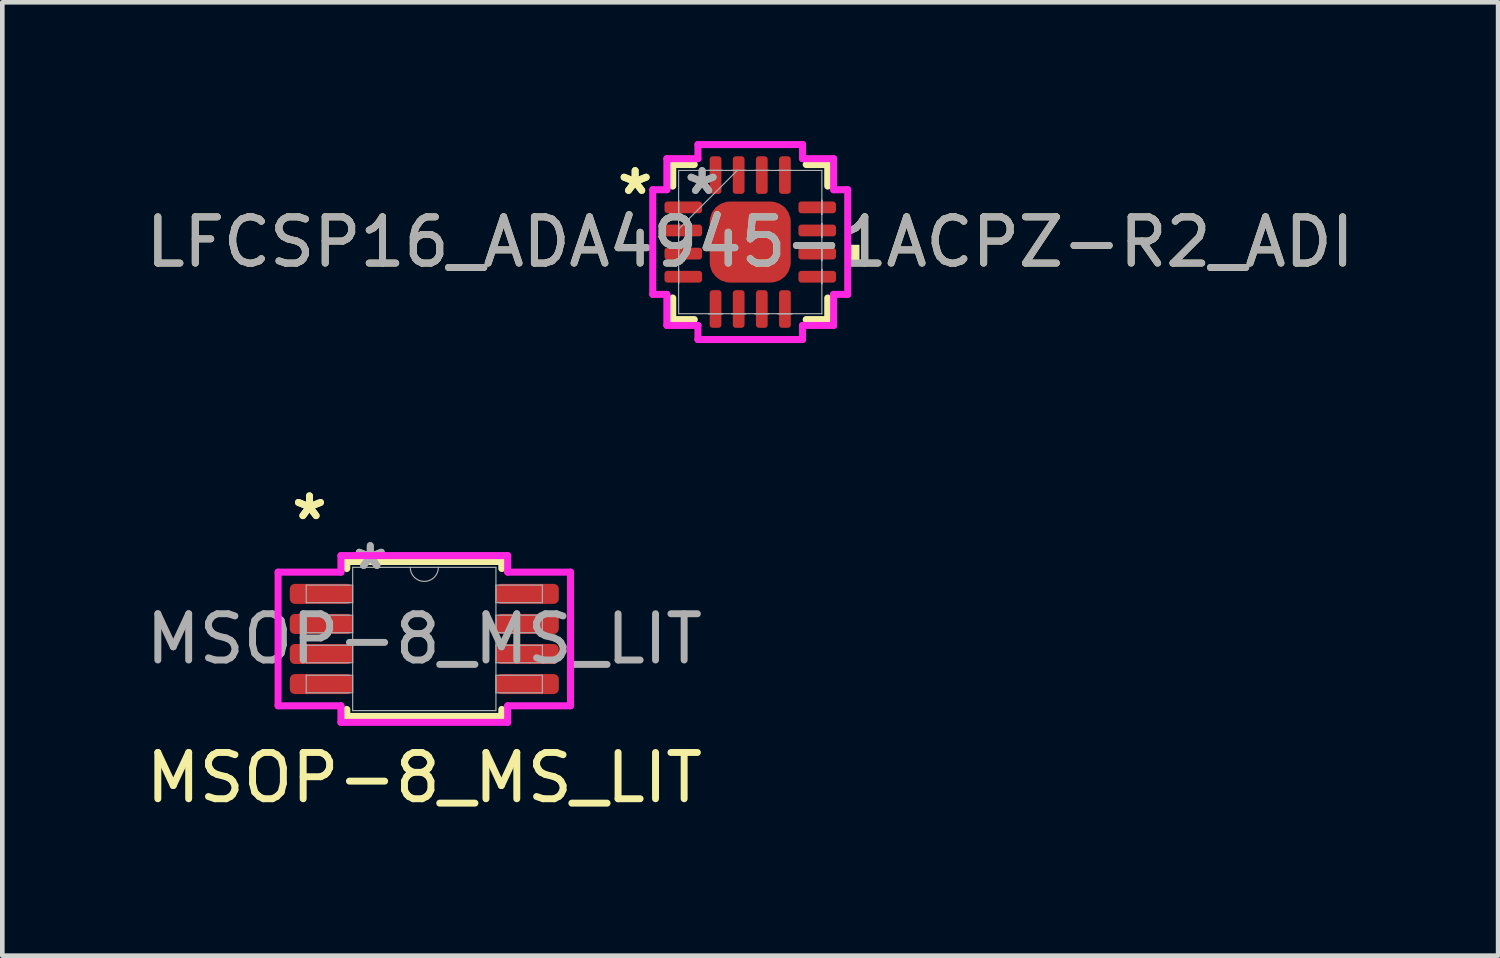
<source format=kicad_pcb>
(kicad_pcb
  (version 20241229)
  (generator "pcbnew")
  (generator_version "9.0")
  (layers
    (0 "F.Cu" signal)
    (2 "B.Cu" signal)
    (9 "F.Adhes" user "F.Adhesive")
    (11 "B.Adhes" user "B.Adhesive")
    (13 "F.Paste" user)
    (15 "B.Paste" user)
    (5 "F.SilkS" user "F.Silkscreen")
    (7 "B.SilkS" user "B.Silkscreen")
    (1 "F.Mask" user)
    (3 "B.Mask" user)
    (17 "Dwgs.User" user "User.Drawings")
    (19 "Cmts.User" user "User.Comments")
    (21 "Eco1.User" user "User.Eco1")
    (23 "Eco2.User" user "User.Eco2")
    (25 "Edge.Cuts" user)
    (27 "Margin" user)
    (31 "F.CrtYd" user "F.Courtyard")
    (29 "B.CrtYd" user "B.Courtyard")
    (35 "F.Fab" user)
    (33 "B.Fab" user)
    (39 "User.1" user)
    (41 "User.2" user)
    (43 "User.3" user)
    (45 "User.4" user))
  (footprint "LFCSP16_ADA4945-1ACPZ-R2_ADI"
    (layer "F.Cu")
    (at 13.173 2.184)
    (property "Reference" "LFCSP16_ADA4945-1ACPZ-R2_ADI" (at 0 0 0) (unlocked yes) (layer "F.SilkS") (effects (font (size 1 1) (thickness 0.15))))
    (attr smd)
    (fp_line (start -1.676 -1.676) (end -1.676 -1.21) (stroke (width 0.152) (type solid)) (layer "F.SilkS"))
    (fp_line (start -1.676 1.21) (end -1.676 1.676) (stroke (width 0.152) (type solid)) (layer "F.SilkS"))
    (fp_line (start -1.676 1.676) (end -1.21 1.676) (stroke (width 0.152) (type solid)) (layer "F.SilkS"))
    (fp_line (start -1.21 -1.676) (end -1.676 -1.676) (stroke (width 0.152) (type solid)) (layer "F.SilkS"))
    (fp_line (start 1.21 1.676) (end 1.676 1.676) (stroke (width 0.152) (type solid)) (layer "F.SilkS"))
    (fp_line (start 1.676 -1.676) (end 1.21 -1.676) (stroke (width 0.152) (type solid)) (layer "F.SilkS"))
    (fp_line (start 1.676 -1.21) (end 1.676 -1.676) (stroke (width 0.152) (type solid)) (layer "F.SilkS"))
    (fp_line (start 1.676 1.676) (end 1.676 1.21) (stroke (width 0.152) (type solid)) (layer "F.SilkS"))
    (fp_poly (pts (xy 2.362 0.059) (xy 2.362 0.441) (xy 2.108 0.441) (xy 2.108 0.059)) (stroke (width 0) (type solid)) (fill yes) (layer "F.SilkS"))
    (fp_line (start -2.108 -1.131) (end -1.803 -1.131) (stroke (width 0.152) (type solid)) (layer "F.CrtYd"))
    (fp_line (start -2.108 1.131) (end -2.108 -1.131) (stroke (width 0.152) (type solid)) (layer "F.CrtYd"))
    (fp_line (start -1.803 -1.803) (end -1.131 -1.803) (stroke (width 0.152) (type solid)) (layer "F.CrtYd"))
    (fp_line (start -1.803 -1.131) (end -1.803 -1.803) (stroke (width 0.152) (type solid)) (layer "F.CrtYd"))
    (fp_line (start -1.803 1.131) (end -2.108 1.131) (stroke (width 0.152) (type solid)) (layer "F.CrtYd"))
    (fp_line (start -1.803 1.803) (end -1.803 1.131) (stroke (width 0.152) (type solid)) (layer "F.CrtYd"))
    (fp_line (start -1.131 -2.108) (end 1.131 -2.108) (stroke (width 0.152) (type solid)) (layer "F.CrtYd"))
    (fp_line (start -1.131 -1.803) (end -1.131 -2.108) (stroke (width 0.152) (type solid)) (layer "F.CrtYd"))
    (fp_line (start -1.131 1.803) (end -1.803 1.803) (stroke (width 0.152) (type solid)) (layer "F.CrtYd"))
    (fp_line (start -1.131 2.108) (end -1.131 1.803) (stroke (width 0.152) (type solid)) (layer "F.CrtYd"))
    (fp_line (start 1.131 -2.108) (end 1.131 -1.803) (stroke (width 0.152) (type solid)) (layer "F.CrtYd"))
    (fp_line (start 1.131 -1.803) (end 1.803 -1.803) (stroke (width 0.152) (type solid)) (layer "F.CrtYd"))
    (fp_line (start 1.131 1.803) (end 1.131 2.108) (stroke (width 0.152) (type solid)) (layer "F.CrtYd"))
    (fp_line (start 1.131 2.108) (end -1.131 2.108) (stroke (width 0.152) (type solid)) (layer "F.CrtYd"))
    (fp_line (start 1.803 -1.803) (end 1.803 -1.131) (stroke (width 0.152) (type solid)) (layer "F.CrtYd"))
    (fp_line (start 1.803 -1.131) (end 2.108 -1.131) (stroke (width 0.152) (type solid)) (layer "F.CrtYd"))
    (fp_line (start 1.803 1.131) (end 1.803 1.803) (stroke (width 0.152) (type solid)) (layer "F.CrtYd"))
    (fp_line (start 1.803 1.803) (end 1.131 1.803) (stroke (width 0.152) (type solid)) (layer "F.CrtYd"))
    (fp_line (start 2.108 -1.131) (end 2.108 1.131) (stroke (width 0.152) (type solid)) (layer "F.CrtYd"))
    (fp_line (start 2.108 1.131) (end 1.803 1.131) (stroke (width 0.152) (type solid)) (layer "F.CrtYd"))
    (fp_line (start -1.549 -1.549) (end -1.549 -1.549) (stroke (width 0.025) (type solid)) (layer "F.Fab"))
    (fp_line (start -1.549 -1.549) (end -1.549 1.549) (stroke (width 0.025) (type solid)) (layer "F.Fab"))
    (fp_line (start -1.549 -0.902) (end -1.549 -0.902) (stroke (width 0.025) (type solid)) (layer "F.Fab"))
    (fp_line (start -1.549 -0.902) (end -1.549 -0.598) (stroke (width 0.025) (type solid)) (layer "F.Fab"))
    (fp_line (start -1.549 -0.598) (end -1.549 -0.902) (stroke (width 0.025) (type solid)) (layer "F.Fab"))
    (fp_line (start -1.549 -0.598) (end -1.549 -0.598) (stroke (width 0.025) (type solid)) (layer "F.Fab"))
    (fp_line (start -1.549 -0.402) (end -1.549 -0.402) (stroke (width 0.025) (type solid)) (layer "F.Fab"))
    (fp_line (start -1.549 -0.402) (end -1.549 -0.098) (stroke (width 0.025) (type solid)) (layer "F.Fab"))
    (fp_line (start -1.549 -0.279) (end -0.279 -1.549) (stroke (width 0.025) (type solid)) (layer "F.Fab"))
    (fp_line (start -1.549 -0.098) (end -1.549 -0.402) (stroke (width 0.025) (type solid)) (layer "F.Fab"))
    (fp_line (start -1.549 -0.098) (end -1.549 -0.098) (stroke (width 0.025) (type solid)) (layer "F.Fab"))
    (fp_line (start -1.549 0.098) (end -1.549 0.098) (stroke (width 0.025) (type solid)) (layer "F.Fab"))
    (fp_line (start -1.549 0.098) (end -1.549 0.402) (stroke (width 0.025) (type solid)) (layer "F.Fab"))
    (fp_line (start -1.549 0.402) (end -1.549 0.098) (stroke (width 0.025) (type solid)) (layer "F.Fab"))
    (fp_line (start -1.549 0.402) (end -1.549 0.402) (stroke (width 0.025) (type solid)) (layer "F.Fab"))
    (fp_line (start -1.549 0.598) (end -1.549 0.598) (stroke (width 0.025) (type solid)) (layer "F.Fab"))
    (fp_line (start -1.549 0.598) (end -1.549 0.902) (stroke (width 0.025) (type solid)) (layer "F.Fab"))
    (fp_line (start -1.549 0.902) (end -1.549 0.598) (stroke (width 0.025) (type solid)) (layer "F.Fab"))
    (fp_line (start -1.549 0.902) (end -1.549 0.902) (stroke (width 0.025) (type solid)) (layer "F.Fab"))
    (fp_line (start -1.549 1.549) (end -1.549 1.549) (stroke (width 0.025) (type solid)) (layer "F.Fab"))
    (fp_line (start -1.549 1.549) (end 1.549 1.549) (stroke (width 0.025) (type solid)) (layer "F.Fab"))
    (fp_line (start -0.902 -1.549) (end -0.902 -1.549) (stroke (width 0.025) (type solid)) (layer "F.Fab"))
    (fp_line (start -0.902 -1.549) (end -0.598 -1.549) (stroke (width 0.025) (type solid)) (layer "F.Fab"))
    (fp_line (start -0.902 1.549) (end -0.902 1.549) (stroke (width 0.025) (type solid)) (layer "F.Fab"))
    (fp_line (start -0.902 1.549) (end -0.598 1.549) (stroke (width 0.025) (type solid)) (layer "F.Fab"))
    (fp_line (start -0.598 -1.549) (end -0.902 -1.549) (stroke (width 0.025) (type solid)) (layer "F.Fab"))
    (fp_line (start -0.598 -1.549) (end -0.598 -1.549) (stroke (width 0.025) (type solid)) (layer "F.Fab"))
    (fp_line (start -0.598 1.549) (end -0.902 1.549) (stroke (width 0.025) (type solid)) (layer "F.Fab"))
    (fp_line (start -0.598 1.549) (end -0.598 1.549) (stroke (width 0.025) (type solid)) (layer "F.Fab"))
    (fp_line (start -0.402 -1.549) (end -0.402 -1.549) (stroke (width 0.025) (type solid)) (layer "F.Fab"))
    (fp_line (start -0.402 -1.549) (end -0.098 -1.549) (stroke (width 0.025) (type solid)) (layer "F.Fab"))
    (fp_line (start -0.402 1.549) (end -0.402 1.549) (stroke (width 0.025) (type solid)) (layer "F.Fab"))
    (fp_line (start -0.402 1.549) (end -0.098 1.549) (stroke (width 0.025) (type solid)) (layer "F.Fab"))
    (fp_line (start -0.098 -1.549) (end -0.402 -1.549) (stroke (width 0.025) (type solid)) (layer "F.Fab"))
    (fp_line (start -0.098 -1.549) (end -0.098 -1.549) (stroke (width 0.025) (type solid)) (layer "F.Fab"))
    (fp_line (start -0.098 1.549) (end -0.402 1.549) (stroke (width 0.025) (type solid)) (layer "F.Fab"))
    (fp_line (start -0.098 1.549) (end -0.098 1.549) (stroke (width 0.025) (type solid)) (layer "F.Fab"))
    (fp_line (start 0.098 -1.549) (end 0.098 -1.549) (stroke (width 0.025) (type solid)) (layer "F.Fab"))
    (fp_line (start 0.098 -1.549) (end 0.402 -1.549) (stroke (width 0.025) (type solid)) (layer "F.Fab"))
    (fp_line (start 0.098 1.549) (end 0.098 1.549) (stroke (width 0.025) (type solid)) (layer "F.Fab"))
    (fp_line (start 0.098 1.549) (end 0.402 1.549) (stroke (width 0.025) (type solid)) (layer "F.Fab"))
    (fp_line (start 0.402 -1.549) (end 0.098 -1.549) (stroke (width 0.025) (type solid)) (layer "F.Fab"))
    (fp_line (start 0.402 -1.549) (end 0.402 -1.549) (stroke (width 0.025) (type solid)) (layer "F.Fab"))
    (fp_line (start 0.402 1.549) (end 0.098 1.549) (stroke (width 0.025) (type solid)) (layer "F.Fab"))
    (fp_line (start 0.402 1.549) (end 0.402 1.549) (stroke (width 0.025) (type solid)) (layer "F.Fab"))
    (fp_line (start 0.598 -1.549) (end 0.598 -1.549) (stroke (width 0.025) (type solid)) (layer "F.Fab"))
    (fp_line (start 0.598 -1.549) (end 0.902 -1.549) (stroke (width 0.025) (type solid)) (layer "F.Fab"))
    (fp_line (start 0.598 1.549) (end 0.598 1.549) (stroke (width 0.025) (type solid)) (layer "F.Fab"))
    (fp_line (start 0.598 1.549) (end 0.902 1.549) (stroke (width 0.025) (type solid)) (layer "F.Fab"))
    (fp_line (start 0.902 -1.549) (end 0.598 -1.549) (stroke (width 0.025) (type solid)) (layer "F.Fab"))
    (fp_line (start 0.902 -1.549) (end 0.902 -1.549) (stroke (width 0.025) (type solid)) (layer "F.Fab"))
    (fp_line (start 0.902 1.549) (end 0.598 1.549) (stroke (width 0.025) (type solid)) (layer "F.Fab"))
    (fp_line (start 0.902 1.549) (end 0.902 1.549) (stroke (width 0.025) (type solid)) (layer "F.Fab"))
    (fp_line (start 1.549 -1.549) (end -1.549 -1.549) (stroke (width 0.025) (type solid)) (layer "F.Fab"))
    (fp_line (start 1.549 -1.549) (end 1.549 -1.549) (stroke (width 0.025) (type solid)) (layer "F.Fab"))
    (fp_line (start 1.549 -0.902) (end 1.549 -0.902) (stroke (width 0.025) (type solid)) (layer "F.Fab"))
    (fp_line (start 1.549 -0.902) (end 1.549 -0.598) (stroke (width 0.025) (type solid)) (layer "F.Fab"))
    (fp_line (start 1.549 -0.598) (end 1.549 -0.902) (stroke (width 0.025) (type solid)) (layer "F.Fab"))
    (fp_line (start 1.549 -0.598) (end 1.549 -0.598) (stroke (width 0.025) (type solid)) (layer "F.Fab"))
    (fp_line (start 1.549 -0.402) (end 1.549 -0.402) (stroke (width 0.025) (type solid)) (layer "F.Fab"))
    (fp_line (start 1.549 -0.402) (end 1.549 -0.098) (stroke (width 0.025) (type solid)) (layer "F.Fab"))
    (fp_line (start 1.549 -0.098) (end 1.549 -0.402) (stroke (width 0.025) (type solid)) (layer "F.Fab"))
    (fp_line (start 1.549 -0.098) (end 1.549 -0.098) (stroke (width 0.025) (type solid)) (layer "F.Fab"))
    (fp_line (start 1.549 0.098) (end 1.549 0.098) (stroke (width 0.025) (type solid)) (layer "F.Fab"))
    (fp_line (start 1.549 0.098) (end 1.549 0.402) (stroke (width 0.025) (type solid)) (layer "F.Fab"))
    (fp_line (start 1.549 0.402) (end 1.549 0.098) (stroke (width 0.025) (type solid)) (layer "F.Fab"))
    (fp_line (start 1.549 0.402) (end 1.549 0.402) (stroke (width 0.025) (type solid)) (layer "F.Fab"))
    (fp_line (start 1.549 0.598) (end 1.549 0.598) (stroke (width 0.025) (type solid)) (layer "F.Fab"))
    (fp_line (start 1.549 0.598) (end 1.549 0.902) (stroke (width 0.025) (type solid)) (layer "F.Fab"))
    (fp_line (start 1.549 0.902) (end 1.549 0.598) (stroke (width 0.025) (type solid)) (layer "F.Fab"))
    (fp_line (start 1.549 0.902) (end 1.549 0.902) (stroke (width 0.025) (type solid)) (layer "F.Fab"))
    (fp_line (start 1.549 1.549) (end 1.549 -1.549) (stroke (width 0.025) (type solid)) (layer "F.Fab"))
    (fp_line (start 1.549 1.549) (end 1.549 1.549) (stroke (width 0.025) (type solid)) (layer "F.Fab"))
    (fp_text user "*" (at -2.489 -1 0) (layer "F.SilkS") (effects (font (size 1 1) (thickness 0.15))))
    (fp_text user "*" (at -2.489 -1 0) (unlocked yes) (layer "F.SilkS") (effects (font (size 1 1) (thickness 0.15))))
    (fp_text user "${REFERENCE}" (at 0 0 0) (unlocked yes) (layer "F.Fab") (effects (font (size 1 1) (thickness 0.15))))
    (fp_text user "*" (at -1.041 -1 0) (layer "F.Fab") (effects (font (size 1 1) (thickness 0.15))))
    (fp_text user "*" (at -1.041 -1 0) (unlocked yes) (layer "F.Fab") (effects (font (size 1 1) (thickness 0.15))))
    (pad "1" smd roundrect (at -1.448 -0.75 90) (size 0.254 0.813) (layers "F.Cu" "F.Mask" "F.Paste") (roundrect_rratio 0.25))
    (pad "2" smd roundrect (at -1.448 -0.25 90) (size 0.254 0.813) (layers "F.Cu" "F.Mask" "F.Paste") (roundrect_rratio 0.25))
    (pad "3" smd roundrect (at -1.448 0.25 90) (size 0.254 0.813) (layers "F.Cu" "F.Mask" "F.Paste") (roundrect_rratio 0.25))
    (pad "4" smd roundrect (at -1.448 0.75 90) (size 0.254 0.813) (layers "F.Cu" "F.Mask" "F.Paste") (roundrect_rratio 0.25))
    (pad "5" smd roundrect (at -0.75 1.448) (size 0.254 0.813) (layers "F.Cu" "F.Mask" "F.Paste") (roundrect_rratio 0.25))
    (pad "6" smd roundrect (at -0.25 1.448) (size 0.254 0.813) (layers "F.Cu" "F.Mask" "F.Paste") (roundrect_rratio 0.25))
    (pad "7" smd roundrect (at 0.25 1.448) (size 0.254 0.813) (layers "F.Cu" "F.Mask" "F.Paste") (roundrect_rratio 0.25))
    (pad "8" smd roundrect (at 0.75 1.448) (size 0.254 0.813) (layers "F.Cu" "F.Mask" "F.Paste") (roundrect_rratio 0.25))
    (pad "9" smd roundrect (at 1.448 0.75 90) (size 0.254 0.813) (layers "F.Cu" "F.Mask" "F.Paste") (roundrect_rratio 0.25))
    (pad "10" smd roundrect (at 1.448 0.25 90) (size 0.254 0.813) (layers "F.Cu" "F.Mask" "F.Paste") (roundrect_rratio 0.25))
    (pad "11" smd roundrect (at 1.448 -0.25 90) (size 0.254 0.813) (layers "F.Cu" "F.Mask" "F.Paste") (roundrect_rratio 0.25))
    (pad "12" smd roundrect (at 1.448 -0.75 90) (size 0.254 0.813) (layers "F.Cu" "F.Mask" "F.Paste") (roundrect_rratio 0.25))
    (pad "13" smd roundrect (at 0.75 -1.448) (size 0.254 0.813) (layers "F.Cu" "F.Mask" "F.Paste") (roundrect_rratio 0.25))
    (pad "14" smd roundrect (at 0.25 -1.448) (size 0.254 0.813) (layers "F.Cu" "F.Mask" "F.Paste") (roundrect_rratio 0.25))
    (pad "15" smd roundrect (at -0.25 -1.448) (size 0.254 0.813) (layers "F.Cu" "F.Mask" "F.Paste") (roundrect_rratio 0.25))
    (pad "16" smd roundrect (at -0.75 -1.448) (size 0.254 0.813) (layers "F.Cu" "F.Mask" "F.Paste") (roundrect_rratio 0.25))
    (pad "17" smd roundrect (at 0 0) (size 1.753 1.753) (layers "F.Cu" "F.Mask" "F.Paste") (roundrect_rratio 0.25)))
  (footprint "MSOP-8_MS_LIT"
    (layer "F.Cu")
    (at 6.125 10.767)
    (property "Reference" "MSOP-8_MS_LIT" (at 0 3 0) (layer "F.SilkS") (effects (font (size 1 1) (thickness 0.15))))
    (attr smd)
    (fp_line (start -1.676 -1.676) (end -1.676 -1.524) (stroke (width 0.152) (type solid)) (layer "F.SilkS"))
    (fp_line (start -1.676 1.524) (end -1.676 1.676) (stroke (width 0.152) (type solid)) (layer "F.SilkS"))
    (fp_line (start -1.676 1.676) (end 1.676 1.676) (stroke (width 0.152) (type solid)) (layer "F.SilkS"))
    (fp_line (start 1.676 -1.676) (end -1.676 -1.676) (stroke (width 0.152) (type solid)) (layer "F.SilkS"))
    (fp_line (start 1.676 -1.524) (end 1.676 -1.676) (stroke (width 0.152) (type solid)) (layer "F.SilkS"))
    (fp_line (start 1.676 1.676) (end 1.676 1.524) (stroke (width 0.152) (type solid)) (layer "F.SilkS"))
    (fp_line (start -3.162 -1.445) (end -1.803 -1.445) (stroke (width 0.152) (type solid)) (layer "F.CrtYd"))
    (fp_line (start -3.162 1.445) (end -3.162 -1.445) (stroke (width 0.152) (type solid)) (layer "F.CrtYd"))
    (fp_line (start -3.162 1.445) (end -1.803 1.445) (stroke (width 0.152) (type solid)) (layer "F.CrtYd"))
    (fp_line (start -1.803 -1.803) (end 1.803 -1.803) (stroke (width 0.152) (type solid)) (layer "F.CrtYd"))
    (fp_line (start -1.803 -1.445) (end -1.803 -1.803) (stroke (width 0.152) (type solid)) (layer "F.CrtYd"))
    (fp_line (start -1.803 1.803) (end -1.803 1.445) (stroke (width 0.152) (type solid)) (layer "F.CrtYd"))
    (fp_line (start 1.803 -1.803) (end 1.803 -1.445) (stroke (width 0.152) (type solid)) (layer "F.CrtYd"))
    (fp_line (start 1.803 1.445) (end 1.803 1.803) (stroke (width 0.152) (type solid)) (layer "F.CrtYd"))
    (fp_line (start 1.803 1.803) (end -1.803 1.803) (stroke (width 0.152) (type solid)) (layer "F.CrtYd"))
    (fp_line (start 3.162 -1.445) (end 1.803 -1.445) (stroke (width 0.152) (type solid)) (layer "F.CrtYd"))
    (fp_line (start 3.162 -1.445) (end 3.162 1.445) (stroke (width 0.152) (type solid)) (layer "F.CrtYd"))
    (fp_line (start 3.162 1.445) (end 1.803 1.445) (stroke (width 0.152) (type solid)) (layer "F.CrtYd"))
    (fp_line (start -2.553 -1.165) (end -2.553 -0.784) (stroke (width 0.025) (type solid)) (layer "F.Fab"))
    (fp_line (start -2.553 -0.784) (end -1.549 -0.784) (stroke (width 0.025) (type solid)) (layer "F.Fab"))
    (fp_line (start -2.553 -0.515) (end -2.553 -0.135) (stroke (width 0.025) (type solid)) (layer "F.Fab"))
    (fp_line (start -2.553 -0.135) (end -1.549 -0.135) (stroke (width 0.025) (type solid)) (layer "F.Fab"))
    (fp_line (start -2.553 0.135) (end -2.553 0.515) (stroke (width 0.025) (type solid)) (layer "F.Fab"))
    (fp_line (start -2.553 0.515) (end -1.549 0.515) (stroke (width 0.025) (type solid)) (layer "F.Fab"))
    (fp_line (start -2.553 0.784) (end -2.553 1.165) (stroke (width 0.025) (type solid)) (layer "F.Fab"))
    (fp_line (start -2.553 1.165) (end -1.549 1.165) (stroke (width 0.025) (type solid)) (layer "F.Fab"))
    (fp_line (start -1.549 -1.549) (end -1.549 1.549) (stroke (width 0.025) (type solid)) (layer "F.Fab"))
    (fp_line (start -1.549 -1.165) (end -2.553 -1.165) (stroke (width 0.025) (type solid)) (layer "F.Fab"))
    (fp_line (start -1.549 -0.784) (end -1.549 -1.165) (stroke (width 0.025) (type solid)) (layer "F.Fab"))
    (fp_line (start -1.549 -0.515) (end -2.553 -0.515) (stroke (width 0.025) (type solid)) (layer "F.Fab"))
    (fp_line (start -1.549 -0.135) (end -1.549 -0.515) (stroke (width 0.025) (type solid)) (layer "F.Fab"))
    (fp_line (start -1.549 0.135) (end -2.553 0.135) (stroke (width 0.025) (type solid)) (layer "F.Fab"))
    (fp_line (start -1.549 0.515) (end -1.549 0.135) (stroke (width 0.025) (type solid)) (layer "F.Fab"))
    (fp_line (start -1.549 0.784) (end -2.553 0.784) (stroke (width 0.025) (type solid)) (layer "F.Fab"))
    (fp_line (start -1.549 1.165) (end -1.549 0.784) (stroke (width 0.025) (type solid)) (layer "F.Fab"))
    (fp_line (start -1.549 1.549) (end 1.549 1.549) (stroke (width 0.025) (type solid)) (layer "F.Fab"))
    (fp_line (start 1.549 -1.549) (end -1.549 -1.549) (stroke (width 0.025) (type solid)) (layer "F.Fab"))
    (fp_line (start 1.549 -1.165) (end 1.549 -0.784) (stroke (width 0.025) (type solid)) (layer "F.Fab"))
    (fp_line (start 1.549 -0.784) (end 2.553 -0.784) (stroke (width 0.025) (type solid)) (layer "F.Fab"))
    (fp_line (start 1.549 -0.515) (end 1.549 -0.135) (stroke (width 0.025) (type solid)) (layer "F.Fab"))
    (fp_line (start 1.549 -0.135) (end 2.553 -0.135) (stroke (width 0.025) (type solid)) (layer "F.Fab"))
    (fp_line (start 1.549 0.135) (end 1.549 0.515) (stroke (width 0.025) (type solid)) (layer "F.Fab"))
    (fp_line (start 1.549 0.515) (end 2.553 0.515) (stroke (width 0.025) (type solid)) (layer "F.Fab"))
    (fp_line (start 1.549 0.784) (end 1.549 1.165) (stroke (width 0.025) (type solid)) (layer "F.Fab"))
    (fp_line (start 1.549 1.165) (end 2.553 1.165) (stroke (width 0.025) (type solid)) (layer "F.Fab"))
    (fp_line (start 1.549 1.549) (end 1.549 -1.549) (stroke (width 0.025) (type solid)) (layer "F.Fab"))
    (fp_line (start 2.553 -1.165) (end 1.549 -1.165) (stroke (width 0.025) (type solid)) (layer "F.Fab"))
    (fp_line (start 2.553 -0.784) (end 2.553 -1.165) (stroke (width 0.025) (type solid)) (layer "F.Fab"))
    (fp_line (start 2.553 -0.515) (end 1.549 -0.515) (stroke (width 0.025) (type solid)) (layer "F.Fab"))
    (fp_line (start 2.553 -0.135) (end 2.553 -0.515) (stroke (width 0.025) (type solid)) (layer "F.Fab"))
    (fp_line (start 2.553 0.135) (end 1.549 0.135) (stroke (width 0.025) (type solid)) (layer "F.Fab"))
    (fp_line (start 2.553 0.515) (end 2.553 0.135) (stroke (width 0.025) (type solid)) (layer "F.Fab"))
    (fp_line (start 2.553 0.784) (end 1.549 0.784) (stroke (width 0.025) (type solid)) (layer "F.Fab"))
    (fp_line (start 2.553 1.165) (end 2.553 0.784) (stroke (width 0.025) (type solid)) (layer "F.Fab"))
    (fp_arc (start 0.3048 -1.5494) (mid 0 -1.2446) (end -0.3048 -1.5494) (stroke (width 0.0254) (type solid)) (layer "F.Fab"))
    (fp_text user "*" (at -2.483 -2.55 0) (unlocked yes) (layer "F.SilkS") (effects (font (size 1 1) (thickness 0.15))))
    (fp_text user "*" (at -2.483 -2.55 0) (layer "F.SilkS") (effects (font (size 1 1) (thickness 0.15))))
    (fp_text user "${REFERENCE}" (at 0 0 0) (unlocked yes) (layer "F.Fab") (effects (font (size 1 1) (thickness 0.15))))
    (fp_text user "*" (at -1.168 -1.473 0) (layer "F.Fab") (effects (font (size 1 1) (thickness 0.15))))
    (fp_text user "*" (at -1.168 -1.473 0) (unlocked yes) (layer "F.Fab") (effects (font (size 1 1) (thickness 0.15))))
    (pad "1" smd roundrect (at -2.229 -0.975) (size 1.359 0.432) (layers "F.Cu" "F.Mask" "F.Paste") (roundrect_rratio 0.25))
    (pad "2" smd roundrect (at -2.229 -0.325) (size 1.359 0.432) (layers "F.Cu" "F.Mask" "F.Paste") (roundrect_rratio 0.25))
    (pad "3" smd roundrect (at -2.229 0.325) (size 1.359 0.432) (layers "F.Cu" "F.Mask" "F.Paste") (roundrect_rratio 0.25))
    (pad "4" smd roundrect (at -2.229 0.975) (size 1.359 0.432) (layers "F.Cu" "F.Mask" "F.Paste") (roundrect_rratio 0.25))
    (pad "5" smd roundrect (at 2.229 0.975) (size 1.359 0.432) (layers "F.Cu" "F.Mask" "F.Paste") (roundrect_rratio 0.25))
    (pad "6" smd roundrect (at 2.229 0.325) (size 1.359 0.432) (layers "F.Cu" "F.Mask" "F.Paste") (roundrect_rratio 0.25))
    (pad "7" smd roundrect (at 2.229 -0.325) (size 1.359 0.432) (layers "F.Cu" "F.Mask" "F.Paste") (roundrect_rratio 0.25))
    (pad "8" smd roundrect (at 2.229 -0.975) (size 1.359 0.432) (layers "F.Cu" "F.Mask" "F.Paste") (roundrect_rratio 0.25)))
  (gr_rect
    (start -3 -3)
    (end 29.345 17.615)
    (stroke (width 0.1) (type default))
    (fill no)
    (layer "Edge.Cuts")))
</source>
